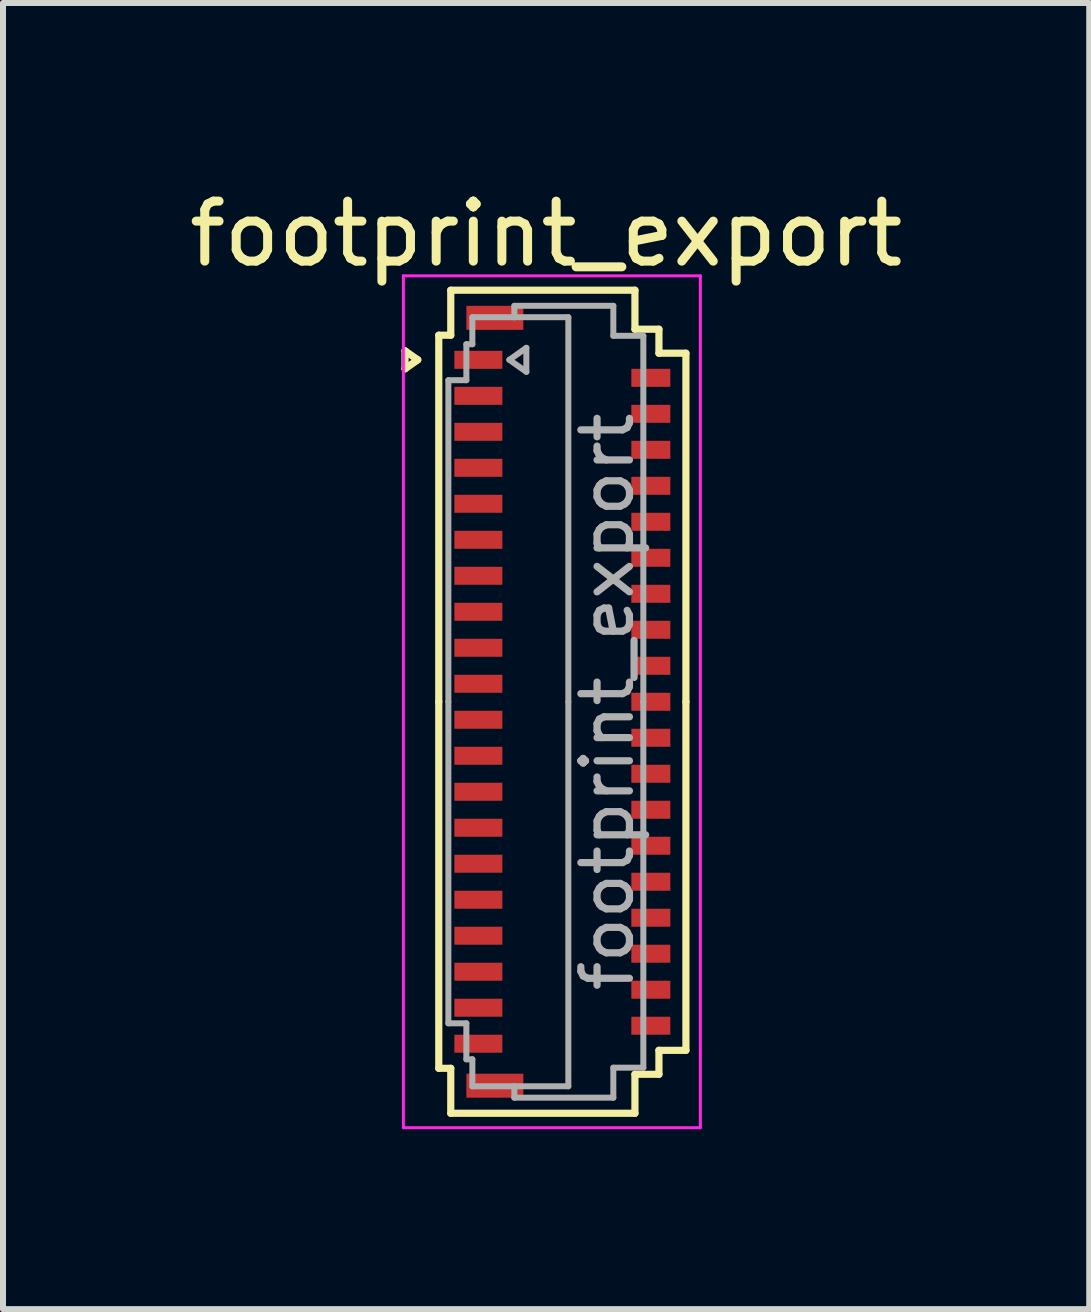
<source format=kicad_pcb>
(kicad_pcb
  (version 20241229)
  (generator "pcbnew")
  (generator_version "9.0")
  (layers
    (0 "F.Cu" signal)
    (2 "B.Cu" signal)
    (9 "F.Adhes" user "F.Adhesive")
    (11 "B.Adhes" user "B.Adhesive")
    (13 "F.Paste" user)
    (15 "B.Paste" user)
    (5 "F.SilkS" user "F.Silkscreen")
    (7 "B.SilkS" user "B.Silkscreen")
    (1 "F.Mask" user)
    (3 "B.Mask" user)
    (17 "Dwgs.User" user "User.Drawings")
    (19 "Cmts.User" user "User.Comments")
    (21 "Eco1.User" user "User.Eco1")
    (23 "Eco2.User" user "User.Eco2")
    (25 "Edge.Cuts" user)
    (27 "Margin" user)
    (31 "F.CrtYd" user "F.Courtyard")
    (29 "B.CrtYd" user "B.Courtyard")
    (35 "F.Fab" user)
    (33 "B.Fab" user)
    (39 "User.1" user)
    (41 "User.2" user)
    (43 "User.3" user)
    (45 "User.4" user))
  (footprint "footprint_export"
    (layer "F.Cu")
    (at 6.324 8.648)
    (property "Reference" "footprint_export" (at -0.27 -7.8 0) (layer "F.SilkS") (effects (font (size 1 1) (thickness 0.15))))
    (attr smd)
    (fp_line (start -2.622 -5.85) (end -2.41 -5.7) (stroke (width 0.12) (type solid)) (layer "F.SilkS"))
    (fp_line (start -2.622 -5.55) (end -2.622 -5.85) (stroke (width 0.12) (type solid)) (layer "F.SilkS"))
    (fp_line (start -2.41 -5.7) (end -2.622 -5.55) (stroke (width 0.12) (type solid)) (layer "F.SilkS"))
    (fp_line (start -2.06 -6.11) (end -2.06 0) (stroke (width 0.12) (type solid)) (layer "F.SilkS"))
    (fp_line (start -2.06 6.11) (end -2.06 0) (stroke (width 0.12) (type solid)) (layer "F.SilkS"))
    (fp_line (start -1.86 -6.86) (end -1.86 -6.11) (stroke (width 0.12) (type solid)) (layer "F.SilkS"))
    (fp_line (start -1.86 -6.11) (end -2.06 -6.11) (stroke (width 0.12) (type solid)) (layer "F.SilkS"))
    (fp_line (start -1.86 6.11) (end -2.06 6.11) (stroke (width 0.12) (type solid)) (layer "F.SilkS"))
    (fp_line (start -1.86 6.86) (end -1.86 6.11) (stroke (width 0.12) (type solid)) (layer "F.SilkS"))
    (fp_line (start 1.21 -6.86) (end -1.86 -6.86) (stroke (width 0.12) (type solid)) (layer "F.SilkS"))
    (fp_line (start 1.21 -6.21) (end 1.21 -6.86) (stroke (width 0.12) (type solid)) (layer "F.SilkS"))
    (fp_line (start 1.21 6.21) (end 1.21 6.86) (stroke (width 0.12) (type solid)) (layer "F.SilkS"))
    (fp_line (start 1.21 6.86) (end -1.86 6.86) (stroke (width 0.12) (type solid)) (layer "F.SilkS"))
    (fp_line (start 1.61 -6.21) (end 1.21 -6.21) (stroke (width 0.12) (type solid)) (layer "F.SilkS"))
    (fp_line (start 1.61 -5.81) (end 1.61 -6.21) (stroke (width 0.12) (type solid)) (layer "F.SilkS"))
    (fp_line (start 1.61 5.81) (end 1.61 6.21) (stroke (width 0.12) (type solid)) (layer "F.SilkS"))
    (fp_line (start 1.61 6.21) (end 1.21 6.21) (stroke (width 0.12) (type solid)) (layer "F.SilkS"))
    (fp_line (start 2.06 -5.81) (end 1.61 -5.81) (stroke (width 0.12) (type solid)) (layer "F.SilkS"))
    (fp_line (start 2.06 0) (end 2.06 -5.81) (stroke (width 0.12) (type solid)) (layer "F.SilkS"))
    (fp_line (start 2.06 0) (end 2.06 5.81) (stroke (width 0.12) (type solid)) (layer "F.SilkS"))
    (fp_line (start 2.06 5.81) (end 1.61 5.81) (stroke (width 0.12) (type solid)) (layer "F.SilkS"))
    (fp_line (start -2.65 -7.1) (end -2.65 7.1) (stroke (width 0.05) (type solid)) (layer "F.CrtYd"))
    (fp_line (start -2.65 7.1) (end 2.3 7.1) (stroke (width 0.05) (type solid)) (layer "F.CrtYd"))
    (fp_line (start 2.3 -7.1) (end -2.65 -7.1) (stroke (width 0.05) (type solid)) (layer "F.CrtYd"))
    (fp_line (start 2.3 7.1) (end 2.3 -7.1) (stroke (width 0.05) (type solid)) (layer "F.CrtYd"))
    (fp_line (start -1.9 -5.36) (end -1.6 -5.36) (stroke (width 0.1) (type solid)) (layer "F.Fab"))
    (fp_line (start -1.9 0) (end -1.9 -5.36) (stroke (width 0.1) (type solid)) (layer "F.Fab"))
    (fp_line (start -1.9 0) (end -1.9 5.36) (stroke (width 0.1) (type solid)) (layer "F.Fab"))
    (fp_line (start -1.9 5.36) (end -1.6 5.36) (stroke (width 0.1) (type solid)) (layer "F.Fab"))
    (fp_line (start -1.6 -5.96) (end -1.5 -5.96) (stroke (width 0.1) (type solid)) (layer "F.Fab"))
    (fp_line (start -1.6 -5.36) (end -1.6 -5.96) (stroke (width 0.1) (type solid)) (layer "F.Fab"))
    (fp_line (start -1.6 5.36) (end -1.6 5.96) (stroke (width 0.1) (type solid)) (layer "F.Fab"))
    (fp_line (start -1.6 5.96) (end -1.5 5.96) (stroke (width 0.1) (type solid)) (layer "F.Fab"))
    (fp_line (start -1.5 -6.41) (end -0.8 -6.41) (stroke (width 0.1) (type solid)) (layer "F.Fab"))
    (fp_line (start -1.5 -5.96) (end -1.5 -6.41) (stroke (width 0.1) (type solid)) (layer "F.Fab"))
    (fp_line (start -1.5 5.96) (end -1.5 6.41) (stroke (width 0.1) (type solid)) (layer "F.Fab"))
    (fp_line (start -1.5 6.41) (end -0.8 6.41) (stroke (width 0.1) (type solid)) (layer "F.Fab"))
    (fp_line (start -0.883 -5.7) (end -0.6 -5.5) (stroke (width 0.1) (type solid)) (layer "F.Fab"))
    (fp_line (start -0.8 -6.6) (end 0.85 -6.6) (stroke (width 0.1) (type solid)) (layer "F.Fab"))
    (fp_line (start -0.8 -6.41) (end -0.8 -6.6) (stroke (width 0.1) (type solid)) (layer "F.Fab"))
    (fp_line (start -0.8 6.41) (end -0.8 6.6) (stroke (width 0.1) (type solid)) (layer "F.Fab"))
    (fp_line (start -0.8 6.6) (end 0.85 6.6) (stroke (width 0.1) (type solid)) (layer "F.Fab"))
    (fp_line (start -0.6 -5.9) (end -0.883 -5.7) (stroke (width 0.1) (type solid)) (layer "F.Fab"))
    (fp_line (start -0.6 -5.5) (end -0.6 -5.9) (stroke (width 0.1) (type solid)) (layer "F.Fab"))
    (fp_line (start 0.1 -6.41) (end -0.8 -6.41) (stroke (width 0.1) (type solid)) (layer "F.Fab"))
    (fp_line (start 0.1 0) (end 0.1 -6.41) (stroke (width 0.1) (type solid)) (layer "F.Fab"))
    (fp_line (start 0.1 0) (end 0.1 6.41) (stroke (width 0.1) (type solid)) (layer "F.Fab"))
    (fp_line (start 0.1 6.41) (end -0.8 6.41) (stroke (width 0.1) (type solid)) (layer "F.Fab"))
    (fp_line (start 0.85 -6.6) (end 0.85 -6.1) (stroke (width 0.1) (type solid)) (layer "F.Fab"))
    (fp_line (start 0.85 -6.1) (end 1.35 -6.1) (stroke (width 0.1) (type solid)) (layer "F.Fab"))
    (fp_line (start 0.85 6.1) (end 1.35 6.1) (stroke (width 0.1) (type solid)) (layer "F.Fab"))
    (fp_line (start 0.85 6.6) (end 0.85 6.1) (stroke (width 0.1) (type solid)) (layer "F.Fab"))
    (fp_line (start 1.35 -6.1) (end 1.35 0) (stroke (width 0.1) (type solid)) (layer "F.Fab"))
    (fp_line (start 1.35 6.1) (end 1.35 0) (stroke (width 0.1) (type solid)) (layer "F.Fab"))
    (fp_text user "${REFERENCE}" (at 0.75 0 90) (layer "F.Fab") (effects (font (size 0.81 0.81) (thickness 0.12))))
    (pad "1" smd rect (at -1.4 -5.7) (size 0.8 0.3) (layers "F.Cu" "F.Mask" "F.Paste"))
    (pad "2" smd rect (at 1.475 -5.4) (size 0.65 0.3) (layers "F.Cu" "F.Mask" "F.Paste"))
    (pad "3" smd rect (at -1.4 -5.1) (size 0.8 0.3) (layers "F.Cu" "F.Mask" "F.Paste"))
    (pad "4" smd rect (at 1.475 -4.8) (size 0.65 0.3) (layers "F.Cu" "F.Mask" "F.Paste"))
    (pad "5" smd rect (at -1.4 -4.5) (size 0.8 0.3) (layers "F.Cu" "F.Mask" "F.Paste"))
    (pad "6" smd rect (at 1.475 -4.2) (size 0.65 0.3) (layers "F.Cu" "F.Mask" "F.Paste"))
    (pad "7" smd rect (at -1.4 -3.9) (size 0.8 0.3) (layers "F.Cu" "F.Mask" "F.Paste"))
    (pad "8" smd rect (at 1.475 -3.6) (size 0.65 0.3) (layers "F.Cu" "F.Mask" "F.Paste"))
    (pad "9" smd rect (at -1.4 -3.3) (size 0.8 0.3) (layers "F.Cu" "F.Mask" "F.Paste"))
    (pad "10" smd rect (at 1.475 -3) (size 0.65 0.3) (layers "F.Cu" "F.Mask" "F.Paste"))
    (pad "11" smd rect (at -1.4 -2.7) (size 0.8 0.3) (layers "F.Cu" "F.Mask" "F.Paste"))
    (pad "12" smd rect (at 1.475 -2.4) (size 0.65 0.3) (layers "F.Cu" "F.Mask" "F.Paste"))
    (pad "13" smd rect (at -1.4 -2.1) (size 0.8 0.3) (layers "F.Cu" "F.Mask" "F.Paste"))
    (pad "14" smd rect (at 1.475 -1.8) (size 0.65 0.3) (layers "F.Cu" "F.Mask" "F.Paste"))
    (pad "15" smd rect (at -1.4 -1.5) (size 0.8 0.3) (layers "F.Cu" "F.Mask" "F.Paste"))
    (pad "16" smd rect (at 1.475 -1.2) (size 0.65 0.3) (layers "F.Cu" "F.Mask" "F.Paste"))
    (pad "17" smd rect (at -1.4 -0.9) (size 0.8 0.3) (layers "F.Cu" "F.Mask" "F.Paste"))
    (pad "18" smd rect (at 1.475 -0.6) (size 0.65 0.3) (layers "F.Cu" "F.Mask" "F.Paste"))
    (pad "19" smd rect (at -1.4 -0.3) (size 0.8 0.3) (layers "F.Cu" "F.Mask" "F.Paste"))
    (pad "20" smd rect (at 1.475 0) (size 0.65 0.3) (layers "F.Cu" "F.Mask" "F.Paste"))
    (pad "21" smd rect (at -1.4 0.3) (size 0.8 0.3) (layers "F.Cu" "F.Mask" "F.Paste"))
    (pad "22" smd rect (at 1.475 0.6) (size 0.65 0.3) (layers "F.Cu" "F.Mask" "F.Paste"))
    (pad "23" smd rect (at -1.4 0.9) (size 0.8 0.3) (layers "F.Cu" "F.Mask" "F.Paste"))
    (pad "24" smd rect (at 1.475 1.2) (size 0.65 0.3) (layers "F.Cu" "F.Mask" "F.Paste"))
    (pad "25" smd rect (at -1.4 1.5) (size 0.8 0.3) (layers "F.Cu" "F.Mask" "F.Paste"))
    (pad "26" smd rect (at 1.475 1.8) (size 0.65 0.3) (layers "F.Cu" "F.Mask" "F.Paste"))
    (pad "27" smd rect (at -1.4 2.1) (size 0.8 0.3) (layers "F.Cu" "F.Mask" "F.Paste"))
    (pad "28" smd rect (at 1.475 2.4) (size 0.65 0.3) (layers "F.Cu" "F.Mask" "F.Paste"))
    (pad "29" smd rect (at -1.4 2.7) (size 0.8 0.3) (layers "F.Cu" "F.Mask" "F.Paste"))
    (pad "30" smd rect (at 1.475 3) (size 0.65 0.3) (layers "F.Cu" "F.Mask" "F.Paste"))
    (pad "31" smd rect (at -1.4 3.3) (size 0.8 0.3) (layers "F.Cu" "F.Mask" "F.Paste"))
    (pad "32" smd rect (at 1.475 3.6) (size 0.65 0.3) (layers "F.Cu" "F.Mask" "F.Paste"))
    (pad "33" smd rect (at -1.4 3.9) (size 0.8 0.3) (layers "F.Cu" "F.Mask" "F.Paste"))
    (pad "34" smd rect (at 1.475 4.2) (size 0.65 0.3) (layers "F.Cu" "F.Mask" "F.Paste"))
    (pad "35" smd rect (at -1.4 4.5) (size 0.8 0.3) (layers "F.Cu" "F.Mask" "F.Paste"))
    (pad "36" smd rect (at 1.475 4.8) (size 0.65 0.3) (layers "F.Cu" "F.Mask" "F.Paste"))
    (pad "37" smd rect (at -1.4 5.1) (size 0.8 0.3) (layers "F.Cu" "F.Mask" "F.Paste"))
    (pad "38" smd rect (at 1.475 5.4) (size 0.65 0.3) (layers "F.Cu" "F.Mask" "F.Paste"))
    (pad "39" smd rect (at -1.4 5.7) (size 0.8 0.3) (layers "F.Cu" "F.Mask" "F.Paste"))
    (pad "MP" smd rect (at -1.125 -6.4) (size 0.95 0.4) (layers "F.Cu" "F.Mask" "F.Paste"))
    (pad "MP" smd rect (at -1.125 6.4) (size 0.95 0.4) (layers "F.Cu" "F.Mask" "F.Paste")))
  (gr_rect
    (start -3 -3)
    (end 15.107 18.773)
    (stroke (width 0.1) (type default))
    (fill no)
    (layer "Edge.Cuts")))
</source>
